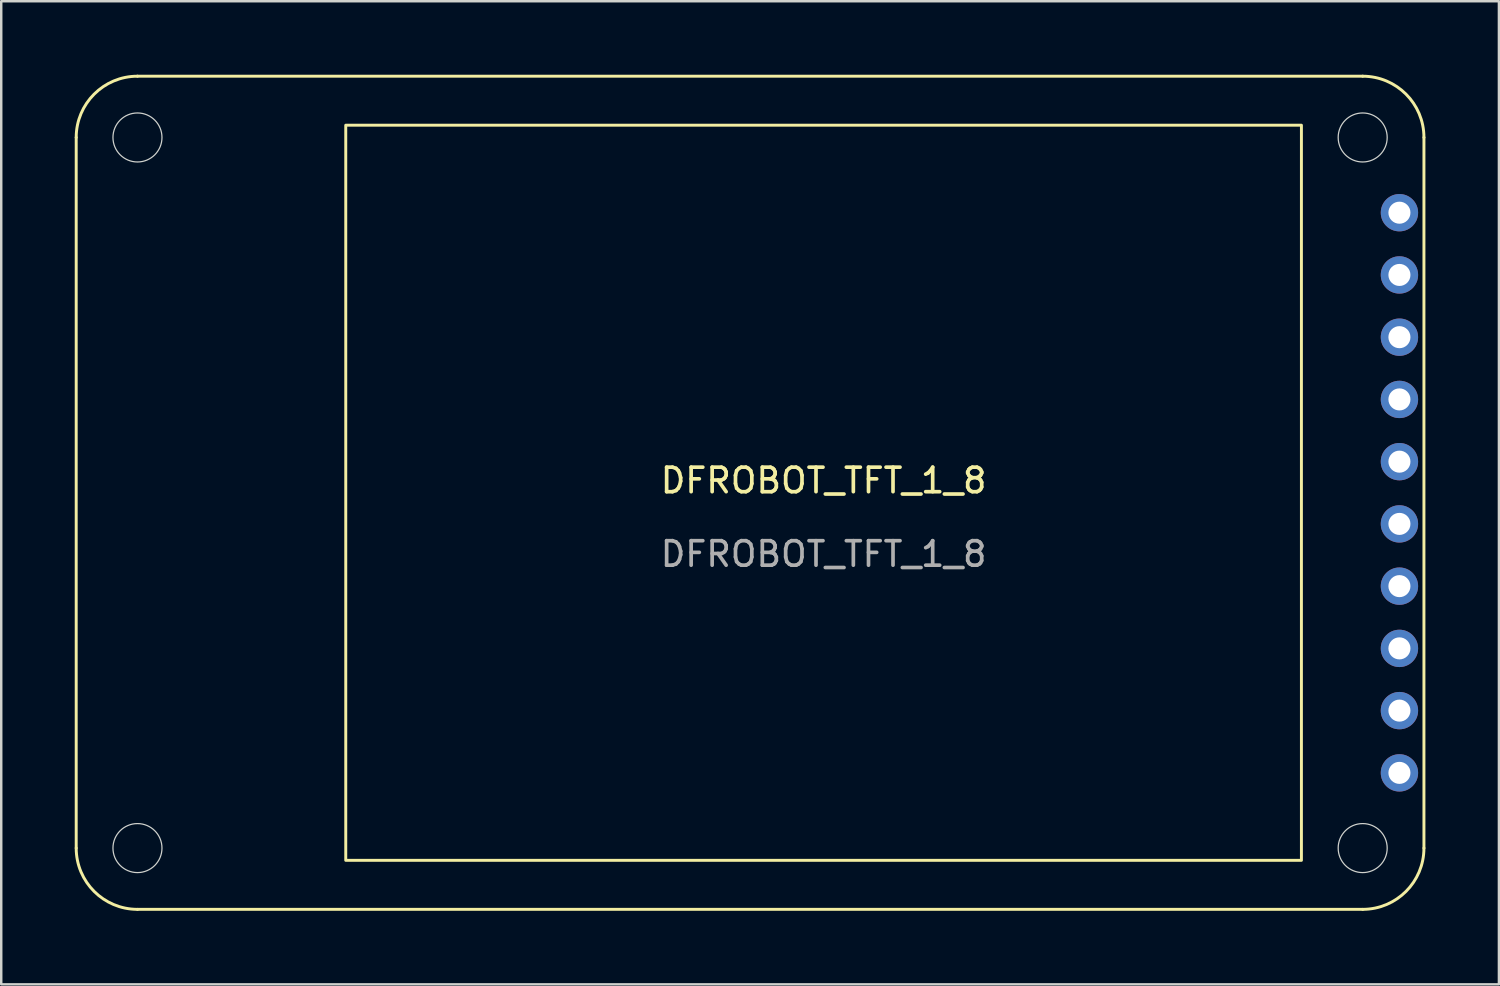
<source format=kicad_pcb>
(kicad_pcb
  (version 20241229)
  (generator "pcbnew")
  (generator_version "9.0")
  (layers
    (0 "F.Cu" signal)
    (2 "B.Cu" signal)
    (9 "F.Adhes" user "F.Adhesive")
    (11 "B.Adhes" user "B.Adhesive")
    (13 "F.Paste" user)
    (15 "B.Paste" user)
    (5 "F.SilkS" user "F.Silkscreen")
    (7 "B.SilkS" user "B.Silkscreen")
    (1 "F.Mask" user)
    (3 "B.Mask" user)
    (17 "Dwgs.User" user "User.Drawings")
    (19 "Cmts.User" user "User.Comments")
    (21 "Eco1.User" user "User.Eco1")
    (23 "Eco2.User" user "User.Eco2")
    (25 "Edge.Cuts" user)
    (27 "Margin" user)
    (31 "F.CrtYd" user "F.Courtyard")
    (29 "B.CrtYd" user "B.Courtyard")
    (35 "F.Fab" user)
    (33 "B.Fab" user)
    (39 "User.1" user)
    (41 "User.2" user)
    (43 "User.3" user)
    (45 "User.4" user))
  (footprint "DFROBOT_TFT_1_8"
    (layer "F.Cu")
    (at 30.56 17.06)
    (property "Reference" "DFROBOT_TFT_1_8" (at 0 -0.5 0) (unlocked yes) (layer "F.SilkS") (effects (font (size 1 1) (thickness 0.15))))
    (attr through_hole)
    (fp_line (start -30.5 14.5) (end -30.5 -14.5) (stroke (width 0.12) (type default)) (layer "F.SilkS"))
    (fp_line (start -28 -17) (end 22 -17) (stroke (width 0.12) (type default)) (layer "F.SilkS"))
    (fp_line (start 22 17) (end -28 17) (stroke (width 0.12) (type default)) (layer "F.SilkS"))
    (fp_line (start 24.5 -14.5) (end 24.5 14.5) (stroke (width 0.12) (type default)) (layer "F.SilkS"))
    (fp_rect (start -19.5 -15) (end 19.5 15) (stroke (width 0.12) (type default)) (fill no) (layer "F.SilkS"))
    (fp_arc (start -30.5 -14.5) (mid -29.767767 -16.267767) (end -28 -17) (stroke (width 0.12) (type default)) (layer "F.SilkS"))
    (fp_arc (start -28 17) (mid -29.767767 16.267767) (end -30.5 14.5) (stroke (width 0.12) (type default)) (layer "F.SilkS"))
    (fp_arc (start 22 -17) (mid 23.767767 -16.267767) (end 24.5 -14.5) (stroke (width 0.12) (type default)) (layer "F.SilkS"))
    (fp_arc (start 24.5 14.5) (mid 23.767767 16.267767) (end 22 17) (stroke (width 0.12) (type default)) (layer "F.SilkS"))
    (fp_circle (center -28 -14.5) (end -27 -14.5) (stroke (width 0.05) (type default)) (fill no) (layer "Edge.Cuts"))
    (fp_circle (center -28 14.5) (end -27 14.5) (stroke (width 0.05) (type default)) (fill no) (layer "Edge.Cuts"))
    (fp_circle (center 22 -14.5) (end 23 -14.5) (stroke (width 0.05) (type default)) (fill no) (layer "Edge.Cuts"))
    (fp_circle (center 22 14.5) (end 23 14.5) (stroke (width 0.05) (type default)) (fill no) (layer "Edge.Cuts"))
    (fp_text user "${REFERENCE}" (at 0 2.5 0) (unlocked yes) (layer "F.Fab") (effects (font (size 1 1) (thickness 0.15))))
    (pad "1" thru_hole circle (at 23.5 -11.43) (size 1.524 1.524) (drill 0.9) (layers "*.Cu" "*.Mask"))
    (pad "2" thru_hole circle (at 23.5 -8.89) (size 1.524 1.524) (drill 0.9) (layers "*.Cu" "*.Mask"))
    (pad "3" thru_hole circle (at 23.5 -6.35) (size 1.524 1.524) (drill 0.9) (layers "*.Cu" "*.Mask"))
    (pad "4" thru_hole circle (at 23.5 -3.81) (size 1.524 1.524) (drill 0.9) (layers "*.Cu" "*.Mask"))
    (pad "5" thru_hole circle (at 23.5 -1.27) (size 1.524 1.524) (drill 0.9) (layers "*.Cu" "*.Mask"))
    (pad "6" thru_hole circle (at 23.5 1.27) (size 1.524 1.524) (drill 0.9) (layers "*.Cu" "*.Mask"))
    (pad "7" thru_hole circle (at 23.5 3.81) (size 1.524 1.524) (drill 0.9) (layers "*.Cu" "*.Mask"))
    (pad "8" thru_hole circle (at 23.5 6.35) (size 1.524 1.524) (drill 0.9) (layers "*.Cu" "*.Mask"))
    (pad "9" thru_hole circle (at 23.5 8.89) (size 1.524 1.524) (drill 0.9) (layers "*.Cu" "*.Mask"))
    (pad "10" thru_hole circle (at 23.5 11.43) (size 1.524 1.524) (drill 0.9) (layers "*.Cu" "*.Mask")))
  (gr_rect
    (start -3 -3)
    (end 58.12 37.12)
    (stroke (width 0.1) (type default))
    (fill no)
    (layer "Edge.Cuts")))
</source>
